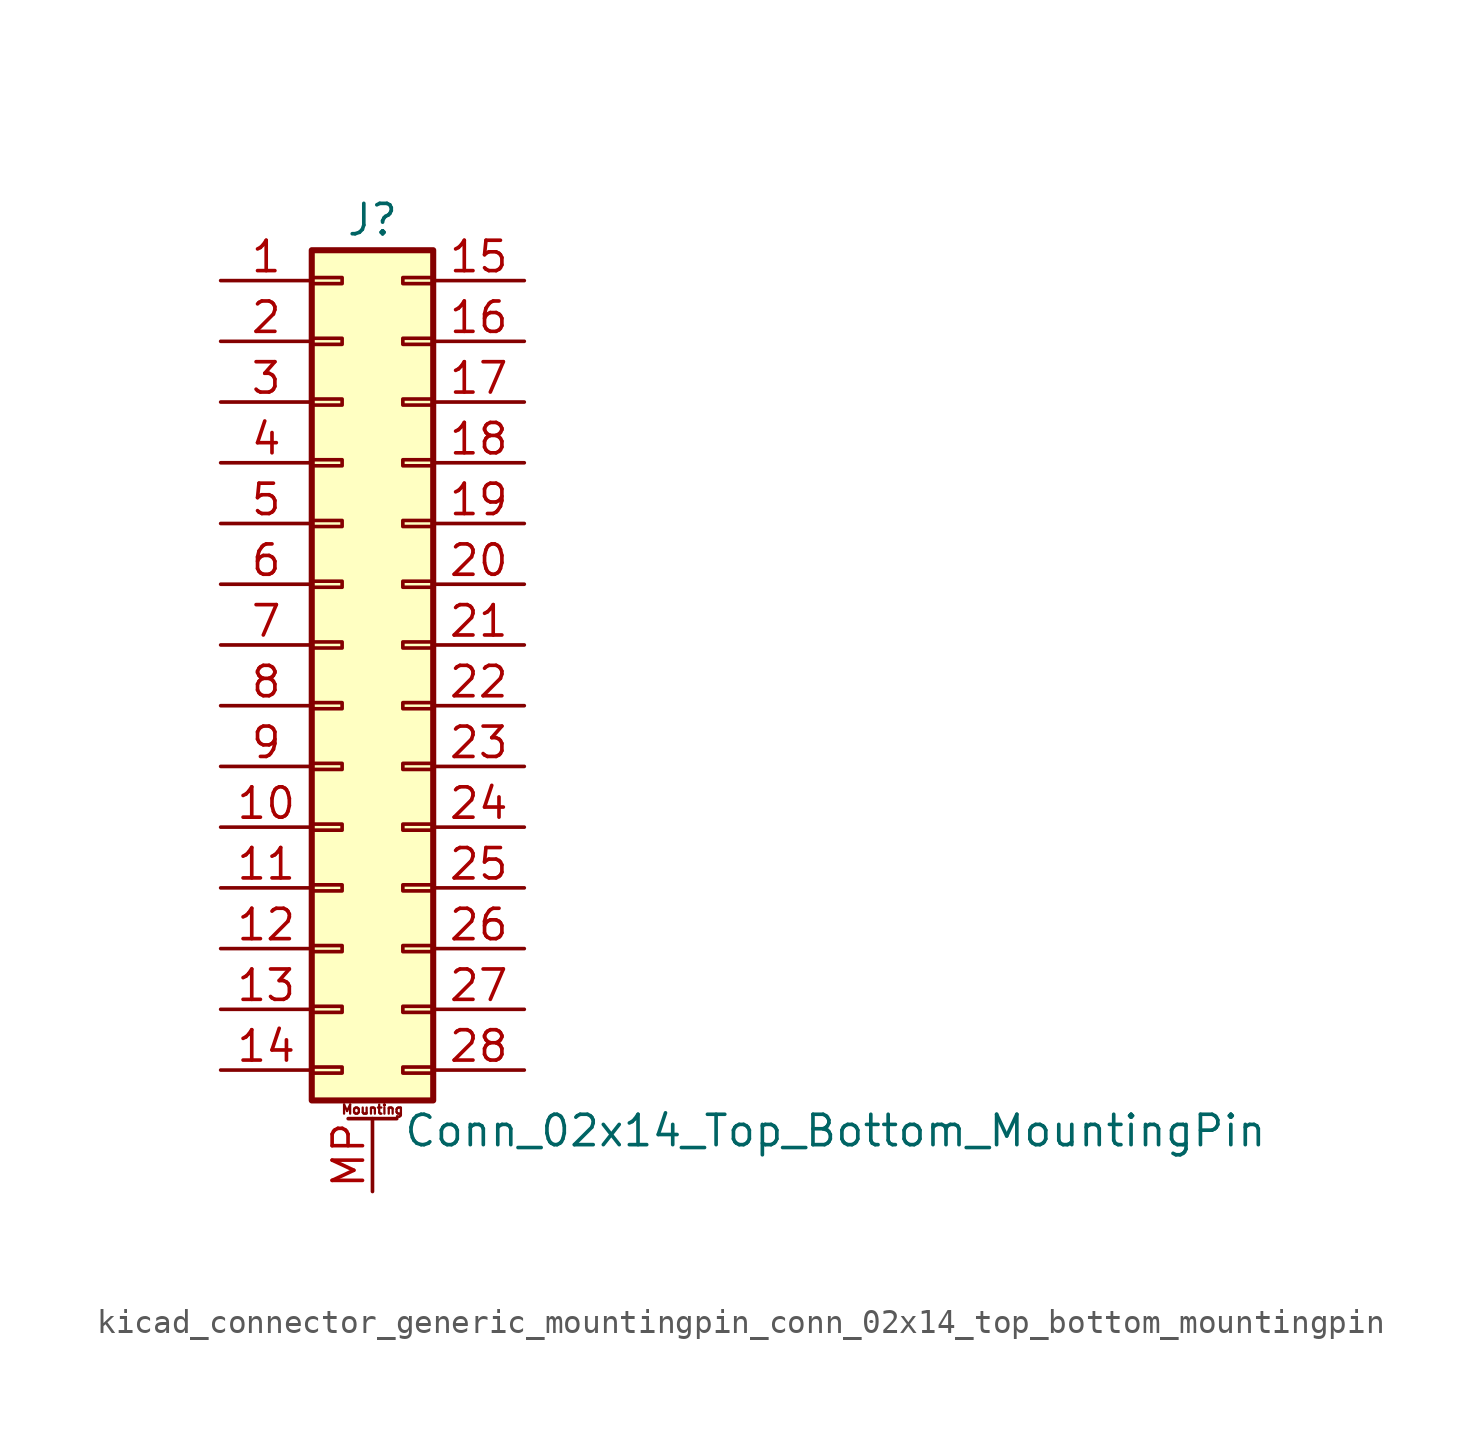
<source format=kicad_sym>
(kicad_symbol_lib
  (version 20220914)
  (generator kicad_symbol_editor)
  (symbol "kicad_connector_generic_mountingpin_conn_02x14_top_bottom_mountingpin"
    (pin_names
      (offset 1.016) hide)
    (property "Reference" "J"
      (at 1.27 17.78 0)
      (effects (font (size 1.27 1.27))))
    (property "Value" "Conn_02x14_Top_Bottom_MountingPin"
      (at 2.54 -20.32 0)
      (effects (font (size 1.27 1.27)) (justify left)))
    (symbol "kicad_connector_generic_mountingpin_conn_02x14_top_bottom_mountingpin_1_1"
      (rectangle (start -1.27 -17.653) (end 0 -17.907) (stroke (width 0.152) (type default)) (fill (type none)))
      (rectangle (start -1.27 -15.113) (end 0 -15.367) (stroke (width 0.152) (type default)) (fill (type none)))
      (rectangle (start -1.27 -12.573) (end 0 -12.827) (stroke (width 0.152) (type default)) (fill (type none)))
      (rectangle (start -1.27 -10.033) (end 0 -10.287) (stroke (width 0.152) (type default)) (fill (type none)))
      (rectangle (start -1.27 -7.493) (end 0 -7.747) (stroke (width 0.152) (type default)) (fill (type none)))
      (rectangle (start -1.27 -4.953) (end 0 -5.207) (stroke (width 0.152) (type default)) (fill (type none)))
      (rectangle (start -1.27 -2.413) (end 0 -2.667) (stroke (width 0.152) (type default)) (fill (type none)))
      (rectangle (start -1.27 0.127) (end 0 -0.127) (stroke (width 0.152) (type default)) (fill (type none)))
      (rectangle (start -1.27 2.667) (end 0 2.413) (stroke (width 0.152) (type default)) (fill (type none)))
      (rectangle (start -1.27 5.207) (end 0 4.953) (stroke (width 0.152) (type default)) (fill (type none)))
      (rectangle (start -1.27 7.747) (end 0 7.493) (stroke (width 0.152) (type default)) (fill (type none)))
      (rectangle (start -1.27 10.287) (end 0 10.033) (stroke (width 0.152) (type default)) (fill (type none)))
      (rectangle (start -1.27 12.827) (end 0 12.573) (stroke (width 0.152) (type default)) (fill (type none)))
      (rectangle (start -1.27 15.367) (end 0 15.113) (stroke (width 0.152) (type default)) (fill (type none)))
      (rectangle (start -1.27 16.51) (end 3.81 -19.05) (stroke (width 0.254) (type default)) (fill (type background)))
      (polyline (pts (xy 0.254 -19.812) (xy 2.286 -19.812)) (stroke (width 0.152) (type default)) (fill (type none)))
      (rectangle (start 3.81 -17.653) (end 2.54 -17.907) (stroke (width 0.152) (type default)) (fill (type none)))
      (rectangle (start 3.81 -15.113) (end 2.54 -15.367) (stroke (width 0.152) (type default)) (fill (type none)))
      (rectangle (start 3.81 -12.573) (end 2.54 -12.827) (stroke (width 0.152) (type default)) (fill (type none)))
      (rectangle (start 3.81 -10.033) (end 2.54 -10.287) (stroke (width 0.152) (type default)) (fill (type none)))
      (rectangle (start 3.81 -7.493) (end 2.54 -7.747) (stroke (width 0.152) (type default)) (fill (type none)))
      (rectangle (start 3.81 -4.953) (end 2.54 -5.207) (stroke (width 0.152) (type default)) (fill (type none)))
      (rectangle (start 3.81 -2.413) (end 2.54 -2.667) (stroke (width 0.152) (type default)) (fill (type none)))
      (rectangle (start 3.81 0.127) (end 2.54 -0.127) (stroke (width 0.152) (type default)) (fill (type none)))
      (rectangle (start 3.81 2.667) (end 2.54 2.413) (stroke (width 0.152) (type default)) (fill (type none)))
      (rectangle (start 3.81 5.207) (end 2.54 4.953) (stroke (width 0.152) (type default)) (fill (type none)))
      (rectangle (start 3.81 7.747) (end 2.54 7.493) (stroke (width 0.152) (type default)) (fill (type none)))
      (rectangle (start 3.81 10.287) (end 2.54 10.033) (stroke (width 0.152) (type default)) (fill (type none)))
      (rectangle (start 3.81 12.827) (end 2.54 12.573) (stroke (width 0.152) (type default)) (fill (type none)))
      (rectangle (start 3.81 15.367) (end 2.54 15.113) (stroke (width 0.152) (type default)) (fill (type none)))
      (text "Mounting" (at 1.27 -19.431 0) (effects (font (size 0.381 0.381))))
      (pin passive line (at -5.08 15.24 0) (length 3.81) (name "Pin_1" (effects (font (size 1.27 1.27)))) (number "1" (effects (font (size 1.27 1.27)))))
      (pin passive line (at -5.08 -7.62 0) (length 3.81) (name "Pin_10" (effects (font (size 1.27 1.27)))) (number "10" (effects (font (size 1.27 1.27)))))
      (pin passive line (at -5.08 -10.16 0) (length 3.81) (name "Pin_11" (effects (font (size 1.27 1.27)))) (number "11" (effects (font (size 1.27 1.27)))))
      (pin passive line (at -5.08 -12.7 0) (length 3.81) (name "Pin_12" (effects (font (size 1.27 1.27)))) (number "12" (effects (font (size 1.27 1.27)))))
      (pin passive line (at -5.08 -15.24 0) (length 3.81) (name "Pin_13" (effects (font (size 1.27 1.27)))) (number "13" (effects (font (size 1.27 1.27)))))
      (pin passive line (at -5.08 -17.78 0) (length 3.81) (name "Pin_14" (effects (font (size 1.27 1.27)))) (number "14" (effects (font (size 1.27 1.27)))))
      (pin passive line (at 7.62 15.24 180) (length 3.81) (name "Pin_15" (effects (font (size 1.27 1.27)))) (number "15" (effects (font (size 1.27 1.27)))))
      (pin passive line (at 7.62 12.7 180) (length 3.81) (name "Pin_16" (effects (font (size 1.27 1.27)))) (number "16" (effects (font (size 1.27 1.27)))))
      (pin passive line (at 7.62 10.16 180) (length 3.81) (name "Pin_17" (effects (font (size 1.27 1.27)))) (number "17" (effects (font (size 1.27 1.27)))))
      (pin passive line (at 7.62 7.62 180) (length 3.81) (name "Pin_18" (effects (font (size 1.27 1.27)))) (number "18" (effects (font (size 1.27 1.27)))))
      (pin passive line (at 7.62 5.08 180) (length 3.81) (name "Pin_19" (effects (font (size 1.27 1.27)))) (number "19" (effects (font (size 1.27 1.27)))))
      (pin passive line (at -5.08 12.7 0) (length 3.81) (name "Pin_2" (effects (font (size 1.27 1.27)))) (number "2" (effects (font (size 1.27 1.27)))))
      (pin passive line (at 7.62 2.54 180) (length 3.81) (name "Pin_20" (effects (font (size 1.27 1.27)))) (number "20" (effects (font (size 1.27 1.27)))))
      (pin passive line (at 7.62 0 180) (length 3.81) (name "Pin_21" (effects (font (size 1.27 1.27)))) (number "21" (effects (font (size 1.27 1.27)))))
      (pin passive line (at 7.62 -2.54 180) (length 3.81) (name "Pin_22" (effects (font (size 1.27 1.27)))) (number "22" (effects (font (size 1.27 1.27)))))
      (pin passive line (at 7.62 -5.08 180) (length 3.81) (name "Pin_23" (effects (font (size 1.27 1.27)))) (number "23" (effects (font (size 1.27 1.27)))))
      (pin passive line (at 7.62 -7.62 180) (length 3.81) (name "Pin_24" (effects (font (size 1.27 1.27)))) (number "24" (effects (font (size 1.27 1.27)))))
      (pin passive line (at 7.62 -10.16 180) (length 3.81) (name "Pin_25" (effects (font (size 1.27 1.27)))) (number "25" (effects (font (size 1.27 1.27)))))
      (pin passive line (at 7.62 -12.7 180) (length 3.81) (name "Pin_26" (effects (font (size 1.27 1.27)))) (number "26" (effects (font (size 1.27 1.27)))))
      (pin passive line (at 7.62 -15.24 180) (length 3.81) (name "Pin_27" (effects (font (size 1.27 1.27)))) (number "27" (effects (font (size 1.27 1.27)))))
      (pin passive line (at 7.62 -17.78 180) (length 3.81) (name "Pin_28" (effects (font (size 1.27 1.27)))) (number "28" (effects (font (size 1.27 1.27)))))
      (pin passive line (at -5.08 10.16 0) (length 3.81) (name "Pin_3" (effects (font (size 1.27 1.27)))) (number "3" (effects (font (size 1.27 1.27)))))
      (pin passive line (at -5.08 7.62 0) (length 3.81) (name "Pin_4" (effects (font (size 1.27 1.27)))) (number "4" (effects (font (size 1.27 1.27)))))
      (pin passive line (at -5.08 5.08 0) (length 3.81) (name "Pin_5" (effects (font (size 1.27 1.27)))) (number "5" (effects (font (size 1.27 1.27)))))
      (pin passive line (at -5.08 2.54 0) (length 3.81) (name "Pin_6" (effects (font (size 1.27 1.27)))) (number "6" (effects (font (size 1.27 1.27)))))
      (pin passive line (at -5.08 0 0) (length 3.81) (name "Pin_7" (effects (font (size 1.27 1.27)))) (number "7" (effects (font (size 1.27 1.27)))))
      (pin passive line (at -5.08 -2.54 0) (length 3.81) (name "Pin_8" (effects (font (size 1.27 1.27)))) (number "8" (effects (font (size 1.27 1.27)))))
      (pin passive line (at -5.08 -5.08 0) (length 3.81) (name "Pin_9" (effects (font (size 1.27 1.27)))) (number "9" (effects (font (size 1.27 1.27)))))
      (pin passive line (at 1.27 -22.86 90) (length 3.048) (name "MountPin" (effects (font (size 1.27 1.27)))) (number "MP" (effects (font (size 1.27 1.27))))))))
</source>
